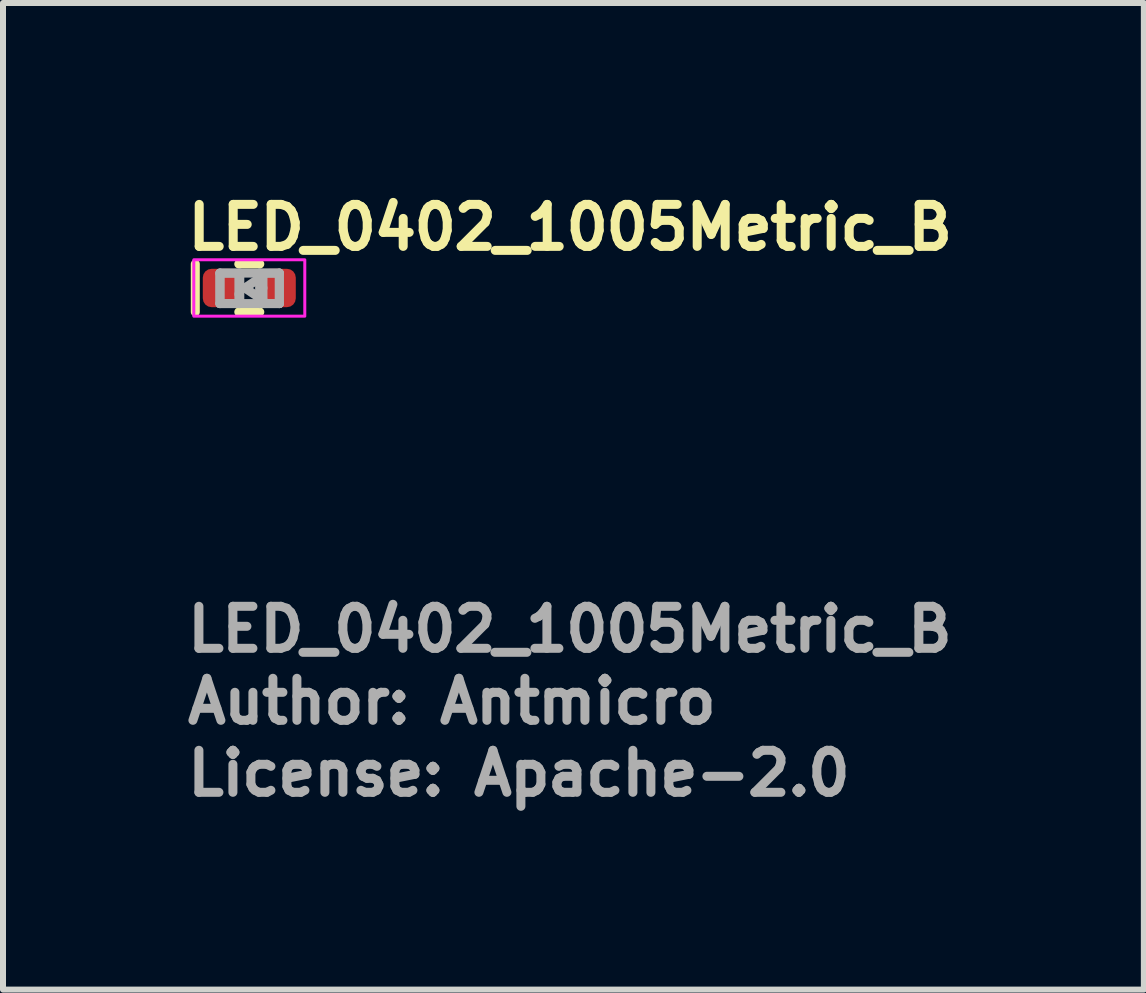
<source format=kicad_pcb>
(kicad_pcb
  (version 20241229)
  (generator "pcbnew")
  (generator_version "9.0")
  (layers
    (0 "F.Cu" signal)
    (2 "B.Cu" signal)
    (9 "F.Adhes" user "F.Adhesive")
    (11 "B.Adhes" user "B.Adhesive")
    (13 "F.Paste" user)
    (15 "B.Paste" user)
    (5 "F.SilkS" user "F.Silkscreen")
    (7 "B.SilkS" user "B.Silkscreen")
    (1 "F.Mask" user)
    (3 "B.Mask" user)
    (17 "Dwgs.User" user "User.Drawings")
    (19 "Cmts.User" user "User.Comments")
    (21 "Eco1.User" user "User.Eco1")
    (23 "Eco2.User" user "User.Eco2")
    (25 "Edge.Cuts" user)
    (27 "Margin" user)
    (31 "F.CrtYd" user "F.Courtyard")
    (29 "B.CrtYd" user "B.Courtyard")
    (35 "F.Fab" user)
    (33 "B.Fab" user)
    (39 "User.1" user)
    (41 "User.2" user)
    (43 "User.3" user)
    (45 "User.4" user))
  (footprint "LED_0402_1005Metric_B"
    (layer "F.Cu")
    (at 1.105 1.75)
    (property "Reference" "LED_0402_1005Metric_B" (at -1.1 -0.6 0) (unlocked yes) (layer "F.SilkS") (effects (font (size 0.7 0.7) (thickness 0.15)) (justify left bottom)))
    (attr smd)
    (fp_line (start -0.9 0.4) (end -0.9 -0.4) (stroke (width 0.15) (type solid)) (layer "F.SilkS"))
    (fp_line (start 0.175 -0.4) (end -0.175 -0.4) (stroke (width 0.15) (type solid)) (layer "F.SilkS"))
    (fp_line (start 0.175 0.4) (end -0.175 0.4) (stroke (width 0.15) (type solid)) (layer "F.SilkS"))
    (fp_rect (start 0.925 0.47) (end -0.925 -0.47) (stroke (width 0.05) (type default)) (fill no) (layer "F.CrtYd"))
    (fp_line (start -0.489 -0.248) (end -0.489 0.26) (stroke (width 0.15) (type solid)) (layer "F.Fab"))
    (fp_line (start -0.489 -0.248) (end -0.489 0.26) (stroke (width 0.15) (type solid)) (layer "F.Fab"))
    (fp_line (start -0.489 0.26) (end -0.158 0.26) (stroke (width 0.15) (type solid)) (layer "F.Fab"))
    (fp_line (start -0.489 0.26) (end 0.501 0.26) (stroke (width 0.15) (type solid)) (layer "F.Fab"))
    (fp_line (start -0.173 -0.202) (end -0.173 0.102) (stroke (width 0.15) (type solid)) (layer "F.Fab"))
    (fp_line (start -0.173 0.202) (end -0.173 0.102) (stroke (width 0.15) (type solid)) (layer "F.Fab"))
    (fp_line (start -0.158 -0.248) (end -0.489 -0.248) (stroke (width 0.15) (type solid)) (layer "F.Fab"))
    (fp_line (start -0.158 0.26) (end -0.158 -0.248) (stroke (width 0.15) (type solid)) (layer "F.Fab"))
    (fp_line (start -0.074 0) (end 0.228 0.202) (stroke (width 0.15) (type solid)) (layer "F.Fab"))
    (fp_line (start 0.172 -0.248) (end 0.172 0.26) (stroke (width 0.15) (type solid)) (layer "F.Fab"))
    (fp_line (start 0.172 0.26) (end 0.501 0.26) (stroke (width 0.15) (type solid)) (layer "F.Fab"))
    (fp_line (start 0.228 -0.202) (end -0.074 0) (stroke (width 0.15) (type solid)) (layer "F.Fab"))
    (fp_line (start 0.228 0) (end 0.228 -0.202) (stroke (width 0.15) (type solid)) (layer "F.Fab"))
    (fp_line (start 0.228 0.202) (end 0.228 0) (stroke (width 0.15) (type solid)) (layer "F.Fab"))
    (fp_line (start 0.501 -0.248) (end -0.489 -0.248) (stroke (width 0.15) (type solid)) (layer "F.Fab"))
    (fp_line (start 0.501 -0.248) (end 0.172 -0.248) (stroke (width 0.15) (type solid)) (layer "F.Fab"))
    (fp_line (start 0.501 0.26) (end 0.501 -0.248) (stroke (width 0.15) (type solid)) (layer "F.Fab"))
    (fp_line (start 0.501 0.26) (end 0.501 -0.248) (stroke (width 0.15) (type solid)) (layer "F.Fab"))
    (fp_rect (start 0.5 0.25) (end -0.498 -0.248) (stroke (width 0.1) (type solid)) (fill no) (layer "User.5"))
    (fp_line (start -0.498 -0.248) (end -0.498 0.25) (stroke (width 0.02) (type solid)) (layer "User.9"))
    (fp_line (start -0.498 0.25) (end 0.5 0.25) (stroke (width 0.02) (type solid)) (layer "User.9"))
    (fp_line (start 0.5 -0.248) (end -0.498 -0.248) (stroke (width 0.02) (type solid)) (layer "User.9"))
    (fp_line (start 0.5 0.25) (end 0.5 -0.248) (stroke (width 0.02) (type solid)) (layer "User.9"))
    (fp_text user "${REFERENCE}" (at -1.105 6.099 0) (unlocked yes) (layer "F.Fab") (effects (font (size 0.7 0.7) (thickness 0.15)) (justify left bottom)))
    (fp_text user "License: Apache-2.0" (at -1.105 8.499 0) (layer "F.Fab") (effects (font (size 0.7 0.7) (thickness 0.15)) (justify left bottom)))
    (fp_text user "Author: Antmicro" (at -1.105 7.299 0) (layer "F.Fab") (effects (font (size 0.7 0.7) (thickness 0.15)) (justify left bottom)))
    (pad "1" smd roundrect (at -0.48 0 180) (size 0.59 0.64) (layers "F.Cu" "F.Mask" "F.Paste") (roundrect_rratio 0.25))
    (pad "2" smd roundrect (at 0.48 0 180) (size 0.59 0.64) (layers "F.Cu" "F.Mask" "F.Paste") (roundrect_rratio 0.25)))
  (gr_rect
    (start -3 -3)
    (end 16.015 13.444)
    (stroke (width 0.1) (type default))
    (fill no)
    (layer "Edge.Cuts")))
</source>
